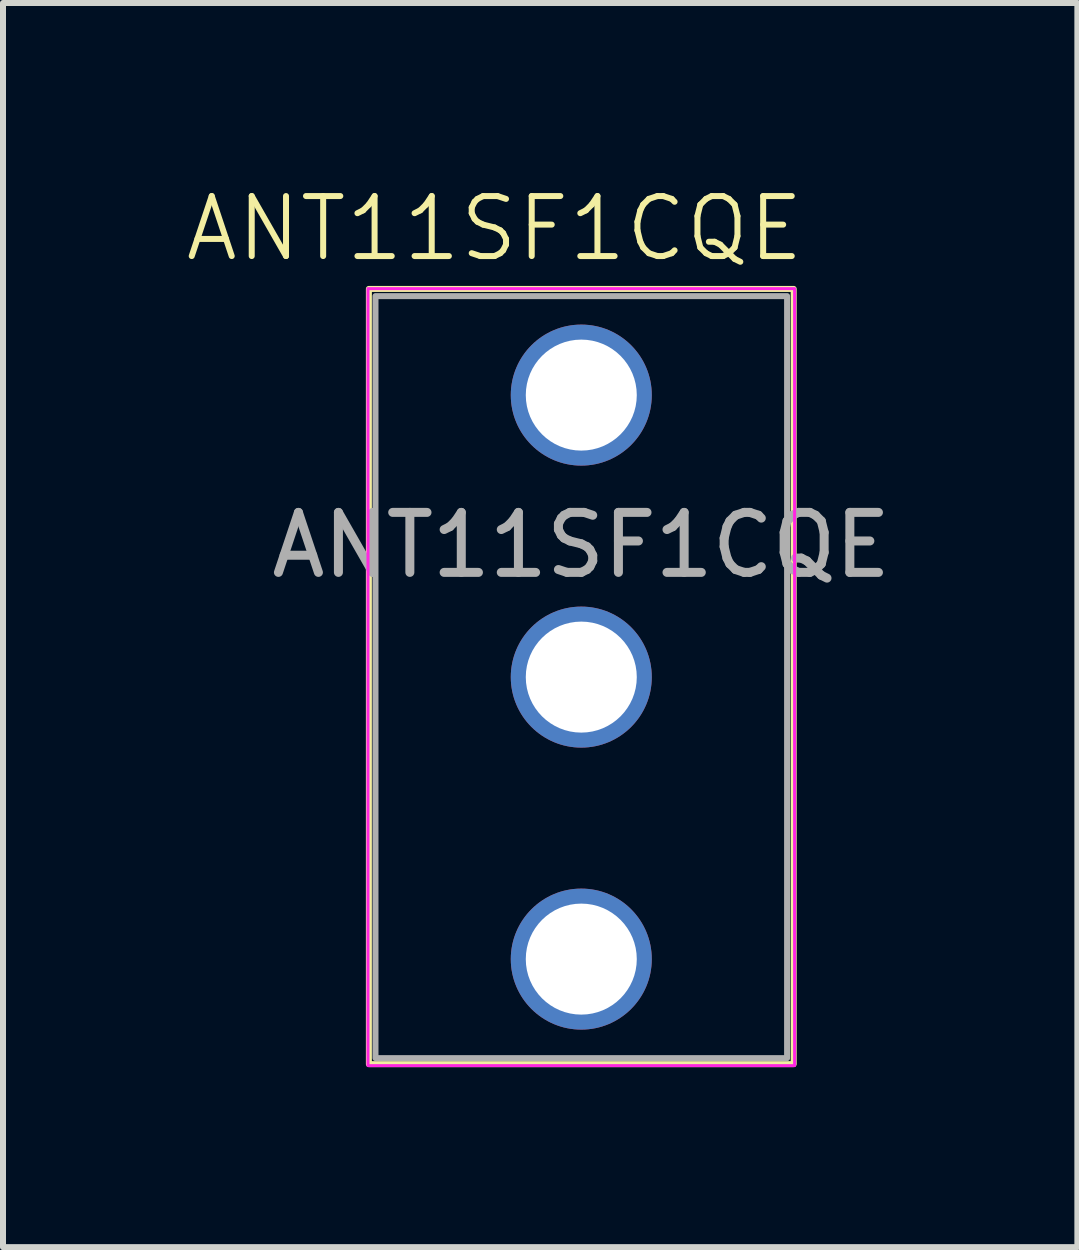
<source format=kicad_pcb>
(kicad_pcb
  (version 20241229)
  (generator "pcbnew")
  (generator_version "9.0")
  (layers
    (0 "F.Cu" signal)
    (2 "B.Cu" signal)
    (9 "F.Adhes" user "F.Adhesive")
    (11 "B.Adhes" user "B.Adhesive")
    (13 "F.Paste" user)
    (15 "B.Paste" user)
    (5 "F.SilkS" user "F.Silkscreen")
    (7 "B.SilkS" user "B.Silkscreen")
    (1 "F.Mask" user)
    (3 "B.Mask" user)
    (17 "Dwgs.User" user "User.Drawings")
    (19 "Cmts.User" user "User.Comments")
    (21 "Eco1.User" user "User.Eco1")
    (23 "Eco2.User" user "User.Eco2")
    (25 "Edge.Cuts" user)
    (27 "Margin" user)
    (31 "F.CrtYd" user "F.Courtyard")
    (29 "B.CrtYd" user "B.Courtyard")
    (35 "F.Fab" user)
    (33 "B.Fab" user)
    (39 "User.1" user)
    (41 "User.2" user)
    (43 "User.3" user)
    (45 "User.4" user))
  (footprint "ANT11SF1CQE"
    (layer "F.Cu")
    (at 6.638 3.535)
    (property "Reference" "ANT11SF1CQE" (at -1.445 -2.775 0) (unlocked yes) (layer "F.SilkS") (effects (font (size 1 1) (thickness 0.1))))
    (attr through_hole)
    (fp_rect (start 3.54 -1.77) (end -3.54 11.15) (stroke (width 0.1) (type default)) (fill no) (layer "F.SilkS"))
    (fp_rect (start 3.555 -1.775) (end -3.555 11.175) (stroke (width 0.05) (type default)) (fill no) (layer "F.CrtYd"))
    (fp_rect (start 3.43 -1.65) (end -3.43 11.05) (stroke (width 0.1) (type default)) (fill no) (layer "F.Fab"))
    (fp_text user "${REFERENCE}" (at 0 2.5 0) (unlocked yes) (layer "F.Fab") (effects (font (size 1 1) (thickness 0.15))))
    (pad "1" thru_hole circle (at 0 0) (size 2.35 2.35) (drill 1.85) (layers "*.Cu" "*.Mask"))
    (pad "2" thru_hole circle (at 0 4.7) (size 2.35 2.35) (drill 1.85) (layers "*.Cu" "*.Mask"))
    (pad "3" thru_hole circle (at 0 9.4) (size 2.35 2.35) (drill 1.85) (layers "*.Cu" "*.Mask")))
  (gr_rect
    (start -3 -3)
    (end 14.906 17.735)
    (stroke (width 0.1) (type default))
    (fill no)
    (layer "Edge.Cuts")))
</source>
